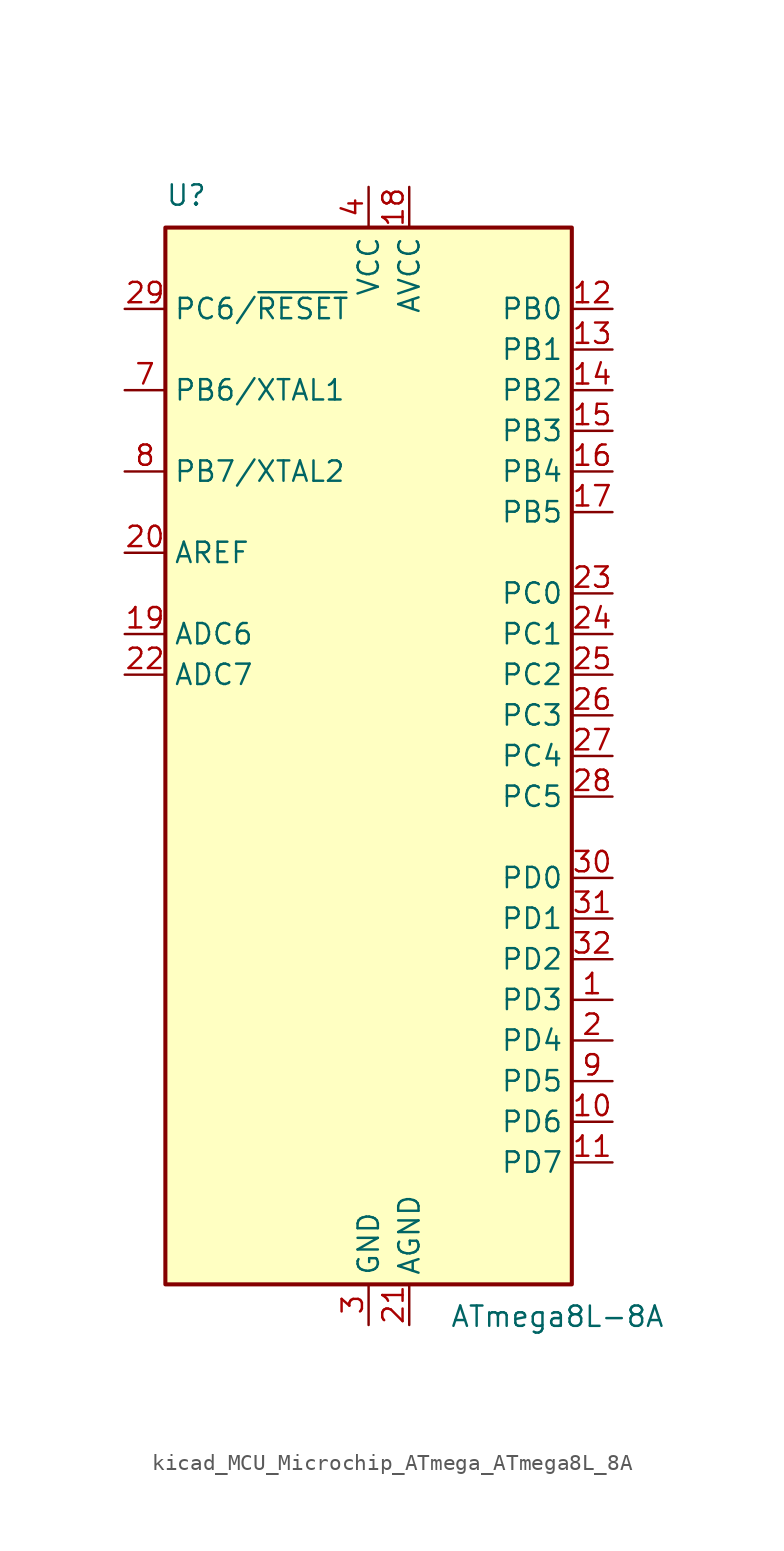
<source format=kicad_sym>
(kicad_symbol_lib
  (version 20220914)
  (generator kicad_symbol_editor)
  (symbol "kicad_MCU_Microchip_ATmega_ATmega8L_8A"
    (property "Reference" "U"
      (at -12.7 34.29 0)
      (effects (font (size 1.27 1.27)) (justify left bottom)))
    (property "Value" "ATmega8L-8A"
      (at 5.08 -34.29 0)
      (effects (font (size 1.27 1.27)) (justify left top)))
    (symbol "kicad_MCU_Microchip_ATmega_ATmega8L_8A_0_1"
      (rectangle (start -12.7 -33.02) (end 12.7 33.02) (stroke (width 0.254) (type default)) (fill (type background))))
    (symbol "kicad_MCU_Microchip_ATmega_ATmega8L_8A_1_1"
      (pin bidirectional line (at 15.24 -15.24 180) (length 2.54) (name "PD3" (effects (font (size 1.27 1.27)))) (number "1" (effects (font (size 1.27 1.27)))))
      (pin bidirectional line (at 15.24 -22.86 180) (length 2.54) (name "PD6" (effects (font (size 1.27 1.27)))) (number "10" (effects (font (size 1.27 1.27)))))
      (pin bidirectional line (at 15.24 -25.4 180) (length 2.54) (name "PD7" (effects (font (size 1.27 1.27)))) (number "11" (effects (font (size 1.27 1.27)))))
      (pin bidirectional line (at 15.24 27.94 180) (length 2.54) (name "PB0" (effects (font (size 1.27 1.27)))) (number "12" (effects (font (size 1.27 1.27)))))
      (pin bidirectional line (at 15.24 25.4 180) (length 2.54) (name "PB1" (effects (font (size 1.27 1.27)))) (number "13" (effects (font (size 1.27 1.27)))))
      (pin bidirectional line (at 15.24 22.86 180) (length 2.54) (name "PB2" (effects (font (size 1.27 1.27)))) (number "14" (effects (font (size 1.27 1.27)))))
      (pin bidirectional line (at 15.24 20.32 180) (length 2.54) (name "PB3" (effects (font (size 1.27 1.27)))) (number "15" (effects (font (size 1.27 1.27)))))
      (pin bidirectional line (at 15.24 17.78 180) (length 2.54) (name "PB4" (effects (font (size 1.27 1.27)))) (number "16" (effects (font (size 1.27 1.27)))))
      (pin bidirectional line (at 15.24 15.24 180) (length 2.54) (name "PB5" (effects (font (size 1.27 1.27)))) (number "17" (effects (font (size 1.27 1.27)))))
      (pin power_in line (at 2.54 35.56 270) (length 2.54) (name "AVCC" (effects (font (size 1.27 1.27)))) (number "18" (effects (font (size 1.27 1.27)))))
      (pin input line (at -15.24 7.62 0) (length 2.54) (name "ADC6" (effects (font (size 1.27 1.27)))) (number "19" (effects (font (size 1.27 1.27)))))
      (pin bidirectional line (at 15.24 -17.78 180) (length 2.54) (name "PD4" (effects (font (size 1.27 1.27)))) (number "2" (effects (font (size 1.27 1.27)))))
      (pin passive line (at -15.24 12.7 0) (length 2.54) (name "AREF" (effects (font (size 1.27 1.27)))) (number "20" (effects (font (size 1.27 1.27)))))
      (pin power_in line (at 2.54 -35.56 90) (length 2.54) (name "AGND" (effects (font (size 1.27 1.27)))) (number "21" (effects (font (size 1.27 1.27)))))
      (pin input line (at -15.24 5.08 0) (length 2.54) (name "ADC7" (effects (font (size 1.27 1.27)))) (number "22" (effects (font (size 1.27 1.27)))))
      (pin bidirectional line (at 15.24 10.16 180) (length 2.54) (name "PC0" (effects (font (size 1.27 1.27)))) (number "23" (effects (font (size 1.27 1.27)))))
      (pin bidirectional line (at 15.24 7.62 180) (length 2.54) (name "PC1" (effects (font (size 1.27 1.27)))) (number "24" (effects (font (size 1.27 1.27)))))
      (pin bidirectional line (at 15.24 5.08 180) (length 2.54) (name "PC2" (effects (font (size 1.27 1.27)))) (number "25" (effects (font (size 1.27 1.27)))))
      (pin bidirectional line (at 15.24 2.54 180) (length 2.54) (name "PC3" (effects (font (size 1.27 1.27)))) (number "26" (effects (font (size 1.27 1.27)))))
      (pin bidirectional line (at 15.24 0 180) (length 2.54) (name "PC4" (effects (font (size 1.27 1.27)))) (number "27" (effects (font (size 1.27 1.27)))))
      (pin bidirectional line (at 15.24 -2.54 180) (length 2.54) (name "PC5" (effects (font (size 1.27 1.27)))) (number "28" (effects (font (size 1.27 1.27)))))
      (pin bidirectional line (at -15.24 27.94 0) (length 2.54) (name "PC6/~{RESET}" (effects (font (size 1.27 1.27)))) (number "29" (effects (font (size 1.27 1.27)))))
      (pin power_in line (at 0 -35.56 90) (length 2.54) (name "GND" (effects (font (size 1.27 1.27)))) (number "3" (effects (font (size 1.27 1.27)))))
      (pin bidirectional line (at 15.24 -7.62 180) (length 2.54) (name "PD0" (effects (font (size 1.27 1.27)))) (number "30" (effects (font (size 1.27 1.27)))))
      (pin bidirectional line (at 15.24 -10.16 180) (length 2.54) (name "PD1" (effects (font (size 1.27 1.27)))) (number "31" (effects (font (size 1.27 1.27)))))
      (pin bidirectional line (at 15.24 -12.7 180) (length 2.54) (name "PD2" (effects (font (size 1.27 1.27)))) (number "32" (effects (font (size 1.27 1.27)))))
      (pin power_in line (at 0 35.56 270) (length 2.54) (name "VCC" (effects (font (size 1.27 1.27)))) (number "4" (effects (font (size 1.27 1.27)))))
      (pin passive line (at 0 -35.56 90) (length 2.54) hide (name "GND" (effects (font (size 1.27 1.27)))) (number "5" (effects (font (size 1.27 1.27)))))
      (pin passive line (at 0 35.56 270) (length 2.54) hide (name "VCC" (effects (font (size 1.27 1.27)))) (number "6" (effects (font (size 1.27 1.27)))))
      (pin bidirectional line (at -15.24 22.86 0) (length 2.54) (name "PB6/XTAL1" (effects (font (size 1.27 1.27)))) (number "7" (effects (font (size 1.27 1.27)))))
      (pin bidirectional line (at -15.24 17.78 0) (length 2.54) (name "PB7/XTAL2" (effects (font (size 1.27 1.27)))) (number "8" (effects (font (size 1.27 1.27)))))
      (pin bidirectional line (at 15.24 -20.32 180) (length 2.54) (name "PD5" (effects (font (size 1.27 1.27)))) (number "9" (effects (font (size 1.27 1.27))))))))
</source>
